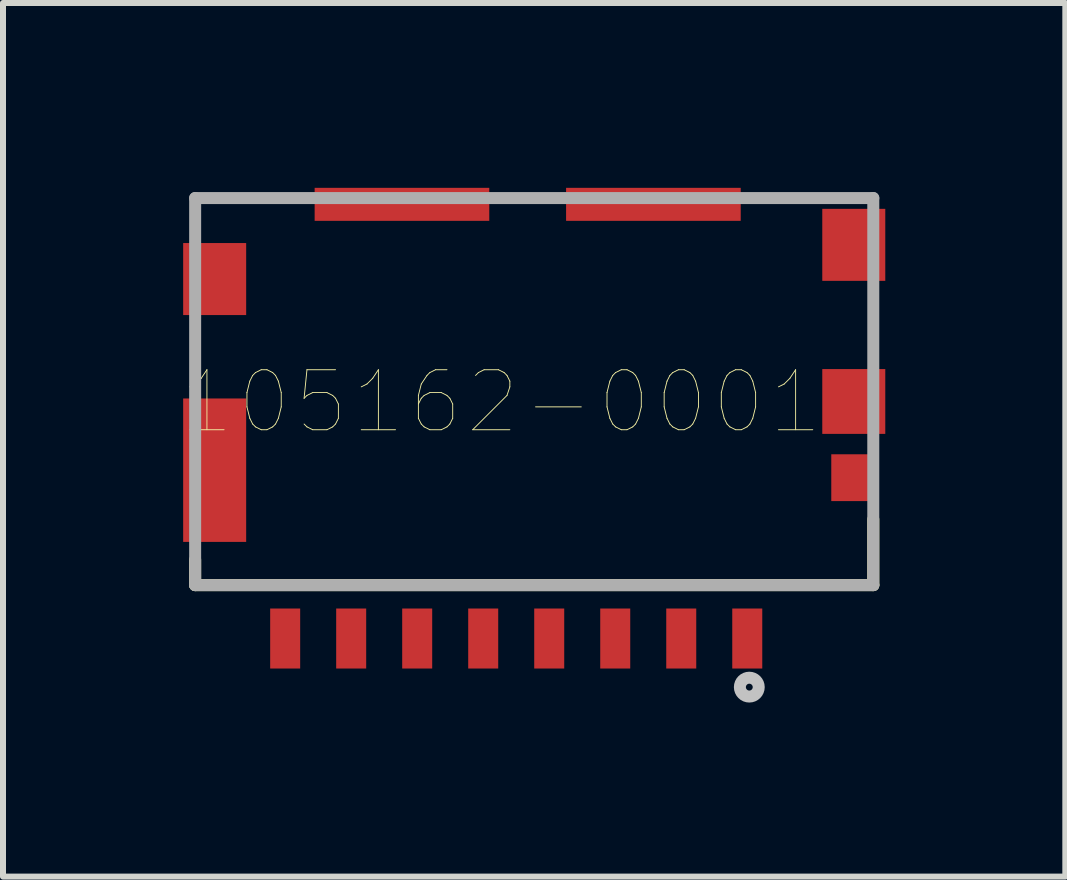
<source format=kicad_pcb>
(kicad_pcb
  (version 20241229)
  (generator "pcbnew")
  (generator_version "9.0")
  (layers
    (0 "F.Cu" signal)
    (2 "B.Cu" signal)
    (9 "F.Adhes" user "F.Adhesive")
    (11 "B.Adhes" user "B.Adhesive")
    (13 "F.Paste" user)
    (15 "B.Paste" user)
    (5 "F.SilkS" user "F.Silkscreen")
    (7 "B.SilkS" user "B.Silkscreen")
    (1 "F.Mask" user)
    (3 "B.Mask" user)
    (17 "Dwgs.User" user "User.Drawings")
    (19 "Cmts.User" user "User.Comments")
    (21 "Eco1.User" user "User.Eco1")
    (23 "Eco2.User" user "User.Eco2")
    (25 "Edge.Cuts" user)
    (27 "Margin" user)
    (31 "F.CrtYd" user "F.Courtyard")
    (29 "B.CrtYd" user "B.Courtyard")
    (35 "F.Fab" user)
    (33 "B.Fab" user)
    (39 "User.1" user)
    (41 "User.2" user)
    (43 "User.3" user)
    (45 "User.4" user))
  (footprint "105162-0001"
    (layer "F.Cu")
    (at 5.852 0.25)
    (property "Reference" "105162-0001" (at -0.549 3.399 0) (layer "F.SilkS") (effects (font (size 1 1) (thickness 0.015))))
    (attr through_hole)
    (fp_line (start -5.65 6.45) (end -5.65 6.028) (stroke (width 0.2) (type solid)) (layer "F.SilkS"))
    (fp_line (start -5.65 6.45) (end 5.65 6.45) (stroke (width 0.2) (type solid)) (layer "F.SilkS"))
    (fp_line (start 5.65 6.45) (end 5.65 5.355) (stroke (width 0.2) (type solid)) (layer "F.SilkS"))
    (fp_circle (center 3.584 8.15) (end 3.641 8.15) (stroke (width 0.2) (type solid)) (fill no) (layer "Dwgs.User"))
    (fp_line (start -5.65 0) (end 5.65 0) (stroke (width 0.2) (type solid)) (layer "F.Fab"))
    (fp_line (start -5.65 6.45) (end -5.65 0) (stroke (width 0.2) (type solid)) (layer "F.Fab"))
    (fp_line (start 5.65 0) (end 5.65 6.45) (stroke (width 0.2) (type solid)) (layer "F.Fab"))
    (fp_line (start 5.65 6.45) (end -5.65 6.45) (stroke (width 0.2) (type solid)) (layer "F.Fab"))
    (pad "1" smd rect (at 3.55 7.34) (size 0.5 1) (layers "F.Cu" "F.Mask" "F.Paste"))
    (pad "2" smd rect (at 2.45 7.34) (size 0.5 1) (layers "F.Cu" "F.Mask" "F.Paste"))
    (pad "3" smd rect (at 1.35 7.34) (size 0.5 1) (layers "F.Cu" "F.Mask" "F.Paste"))
    (pad "4" smd rect (at 0.25 7.34) (size 0.5 1) (layers "F.Cu" "F.Mask" "F.Paste"))
    (pad "5" smd rect (at -0.85 7.34) (size 0.5 1) (layers "F.Cu" "F.Mask" "F.Paste"))
    (pad "6" smd rect (at -1.95 7.34) (size 0.5 1) (layers "F.Cu" "F.Mask" "F.Paste"))
    (pad "7" smd rect (at -3.05 7.34) (size 0.5 1) (layers "F.Cu" "F.Mask" "F.Paste"))
    (pad "8" smd rect (at -4.15 7.34) (size 0.5 1) (layers "F.Cu" "F.Mask" "F.Paste"))
    (pad "9" smd rect (at 5.31 4.66) (size 0.72 0.78) (layers "F.Cu" "F.Mask" "F.Paste"))
    (pad "10" smd rect (at 5.325 3.39) (size 1.05 1.08) (layers "F.Cu" "F.Mask" "F.Paste"))
    (pad "11" smd rect (at 5.325 0.78) (size 1.05 1.2) (layers "F.Cu" "F.Mask" "F.Paste"))
    (pad "12" smd rect (at -5.325 1.35) (size 1.05 1.2) (layers "F.Cu" "F.Mask" "F.Paste"))
    (pad "13" smd rect (at -5.325 4.535) (size 1.05 2.39) (layers "F.Cu" "F.Mask" "F.Paste"))
    (pad "14" smd rect (at 1.986 0.105) (size 2.91 0.55) (layers "F.Cu" "F.Mask" "F.Paste"))
    (pad "15" smd rect (at -2.204 0.105) (size 2.91 0.55) (layers "F.Cu" "F.Mask" "F.Paste")))
  (gr_rect
    (start -3 -3)
    (end 14.702 11.557)
    (stroke (width 0.1) (type default))
    (fill no)
    (layer "Edge.Cuts")))
</source>
